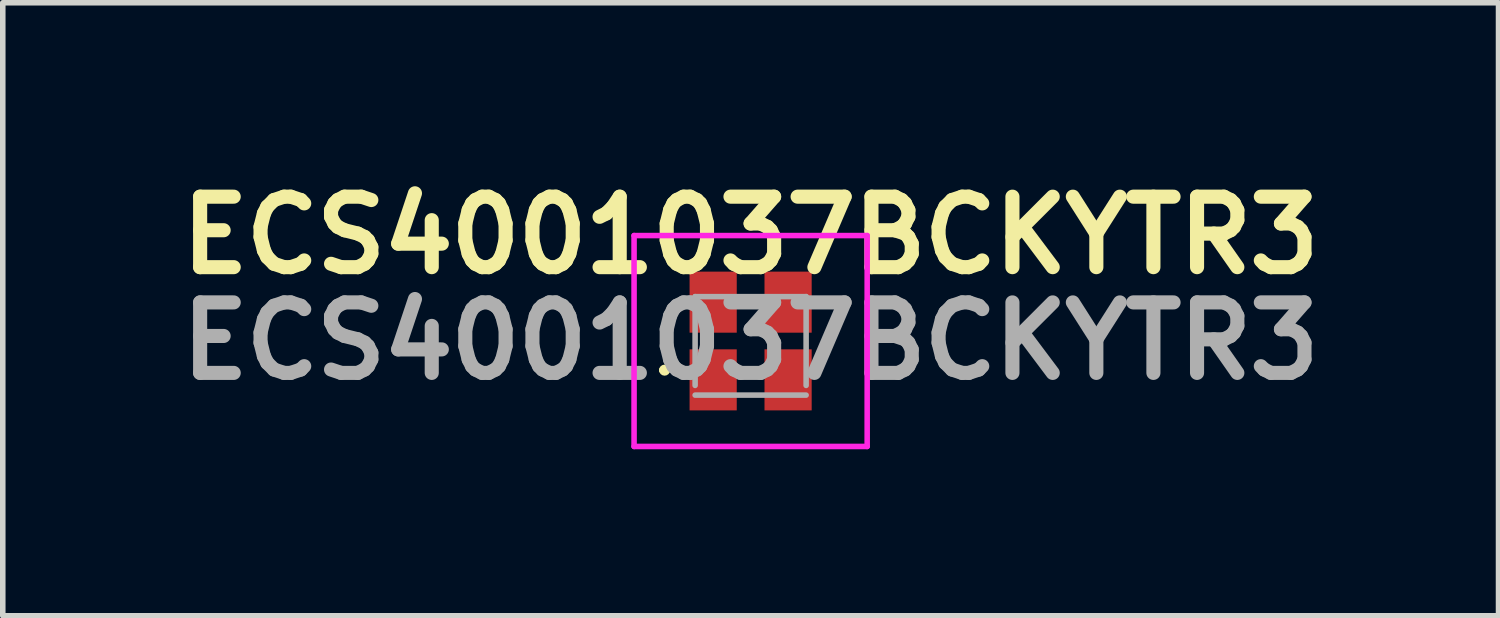
<source format=kicad_pcb>
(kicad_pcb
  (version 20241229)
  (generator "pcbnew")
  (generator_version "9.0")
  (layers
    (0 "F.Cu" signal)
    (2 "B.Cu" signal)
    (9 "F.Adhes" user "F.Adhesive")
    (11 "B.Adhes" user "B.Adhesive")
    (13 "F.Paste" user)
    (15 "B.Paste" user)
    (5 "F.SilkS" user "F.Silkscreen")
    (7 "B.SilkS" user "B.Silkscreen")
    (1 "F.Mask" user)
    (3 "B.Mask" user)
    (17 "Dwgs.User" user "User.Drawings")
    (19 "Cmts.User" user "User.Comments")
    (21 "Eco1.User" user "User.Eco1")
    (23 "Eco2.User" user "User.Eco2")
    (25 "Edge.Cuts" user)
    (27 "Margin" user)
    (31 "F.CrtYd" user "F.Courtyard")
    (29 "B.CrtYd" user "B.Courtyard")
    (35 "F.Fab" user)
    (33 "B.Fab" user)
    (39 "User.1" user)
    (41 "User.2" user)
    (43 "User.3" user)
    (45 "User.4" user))
  (footprint "ECS4001037BCKYTR3"
    (layer "F.Cu")
    (at 10.474 3.094)
    (property "Reference" "ECS4001037BCKYTR3" (at 0 -1.905 0) (layer "F.SilkS") (effects (font (size 1.27 1.27) (thickness 0.254))))
    (attr smd)
    (fp_line (start -1.6 0.525) (end -1.6 0.525) (stroke (width 0.1) (type solid)) (layer "F.SilkS"))
    (fp_line (start -1.5 0.525) (end -1.5 0.525) (stroke (width 0.1) (type solid)) (layer "F.SilkS"))
    (fp_arc (start -1.6 0.525) (mid -1.55 0.475) (end -1.5 0.525) (stroke (width 0.1) (type solid)) (layer "F.SilkS"))
    (fp_arc (start -1.5 0.525) (mid -1.55 0.575) (end -1.6 0.525) (stroke (width 0.1) (type solid)) (layer "F.SilkS"))
    (fp_line (start -2.1 -1.9) (end 2.1 -1.9) (stroke (width 0.1) (type solid)) (layer "F.CrtYd"))
    (fp_line (start -2.1 1.9) (end -2.1 -1.9) (stroke (width 0.1) (type solid)) (layer "F.CrtYd"))
    (fp_line (start 2.1 -1.9) (end 2.1 1.9) (stroke (width 0.1) (type solid)) (layer "F.CrtYd"))
    (fp_line (start 2.1 1.9) (end -2.1 1.9) (stroke (width 0.1) (type solid)) (layer "F.CrtYd"))
    (fp_line (start -1 -0.8) (end 1 -0.8) (stroke (width 0.1) (type solid)) (layer "F.Fab"))
    (fp_line (start -1 0.8) (end -1 -0.8) (stroke (width 0.1) (type solid)) (layer "F.Fab"))
    (fp_line (start 1 -0.8) (end 1 0.8) (stroke (width 0.1) (type solid)) (layer "F.Fab"))
    (fp_line (start 1 0.975) (end -1 0.975) (stroke (width 0.1) (type solid)) (layer "F.Fab"))
    (fp_text user "${REFERENCE}" (at 0 0 0) (layer "F.Fab") (effects (font (size 1.27 1.27) (thickness 0.254))))
    (pad "1" smd rect (at -0.675 0.7 90) (size 1.1 0.85) (layers "F.Cu" "F.Mask" "F.Paste"))
    (pad "2" smd rect (at 0.675 0.7 90) (size 1.1 0.85) (layers "F.Cu" "F.Mask" "F.Paste"))
    (pad "3" smd rect (at 0.675 -0.7 90) (size 1.1 0.85) (layers "F.Cu" "F.Mask" "F.Paste"))
    (pad "4" smd rect (at -0.675 -0.7 90) (size 1.1 0.85) (layers "F.Cu" "F.Mask" "F.Paste")))
  (gr_rect
    (start -3 -3)
    (end 23.949 8.044)
    (stroke (width 0.1) (type default))
    (fill no)
    (layer "Edge.Cuts")))
</source>
